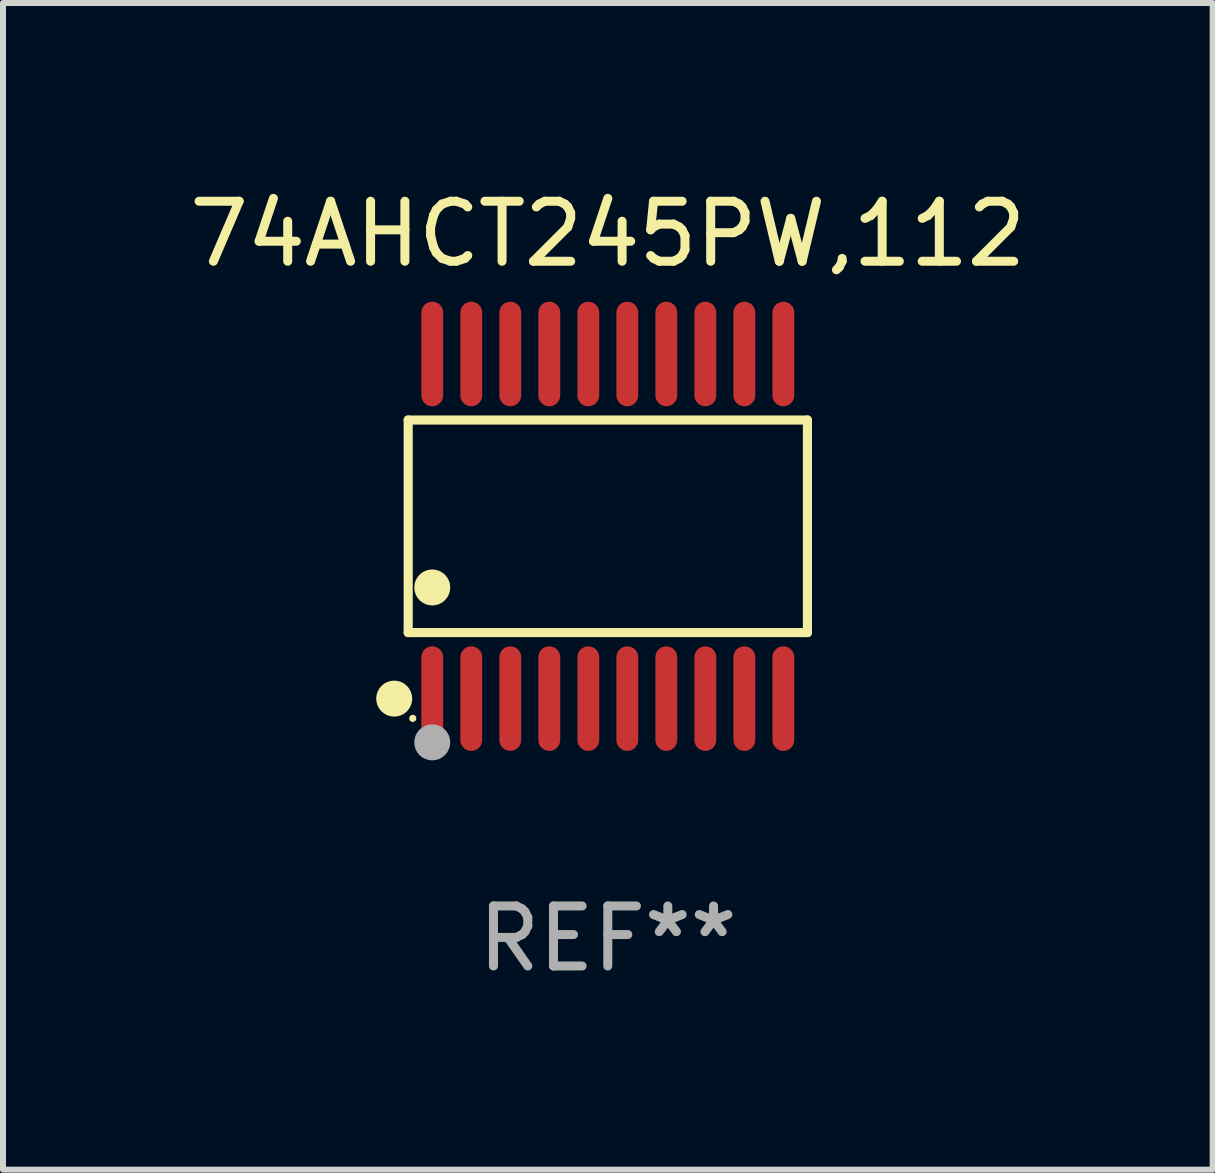
<source format=kicad_pcb>
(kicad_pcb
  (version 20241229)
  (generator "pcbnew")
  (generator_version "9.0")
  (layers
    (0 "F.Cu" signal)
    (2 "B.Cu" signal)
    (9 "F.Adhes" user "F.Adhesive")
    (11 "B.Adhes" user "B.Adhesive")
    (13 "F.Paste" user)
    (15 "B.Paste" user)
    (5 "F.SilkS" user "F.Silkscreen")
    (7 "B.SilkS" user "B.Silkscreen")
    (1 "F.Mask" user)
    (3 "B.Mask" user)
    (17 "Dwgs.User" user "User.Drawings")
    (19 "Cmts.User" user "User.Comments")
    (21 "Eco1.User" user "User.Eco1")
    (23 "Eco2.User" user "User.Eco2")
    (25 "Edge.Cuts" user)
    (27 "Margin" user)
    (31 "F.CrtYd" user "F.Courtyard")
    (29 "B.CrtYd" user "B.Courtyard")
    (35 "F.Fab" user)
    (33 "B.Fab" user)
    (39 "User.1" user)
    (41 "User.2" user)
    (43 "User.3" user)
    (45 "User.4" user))
  (footprint "74AHCT245PW,112"
    (layer "F.Cu")
    (at 7.077 5.719)
    (property "Reference" "74AHCT245PW,112" (at 0 -4.871 0) (layer "F.SilkS") (effects (font (size 1 1) (thickness 0.15))))
    (attr through_hole)
    (fp_line (start -3.326 -1.771) (end 3.326 -1.771) (stroke (width 0.152) (type solid)) (layer "F.SilkS"))
    (fp_line (start -3.326 1.771) (end -3.326 -1.771) (stroke (width 0.152) (type solid)) (layer "F.SilkS"))
    (fp_line (start 3.326 -1.771) (end 3.326 1.771) (stroke (width 0.152) (type solid)) (layer "F.SilkS"))
    (fp_line (start 3.326 1.771) (end -3.326 1.771) (stroke (width 0.152) (type solid)) (layer "F.SilkS"))
    (fp_circle (center -3.559 2.871) (end -3.409 2.871) (stroke (width 0.3) (type solid)) (fill no) (layer "F.SilkS"))
    (fp_circle (center -3.25 3.2) (end -3.22 3.2) (stroke (width 0.06) (type solid)) (fill no) (layer "F.SilkS"))
    (fp_circle (center -2.925 1.019) (end -2.775 1.019) (stroke (width 0.3) (type solid)) (fill no) (layer "F.SilkS"))
    (fp_circle (center -2.925 3.6) (end -2.775 3.6) (stroke (width 0.3) (type solid)) (fill no) (layer "F.Fab"))
    (fp_text user "REF**" (at 0 6.871 0) (layer "F.Fab") (effects (font (size 1 1) (thickness 0.15))))
    (pad "1" smd oval (at -2.925 2.871) (size 0.364 1.742) (layers "F.Cu" "F.Mask" "F.Paste"))
    (pad "2" smd oval (at -2.275 2.871) (size 0.364 1.742) (layers "F.Cu" "F.Mask" "F.Paste"))
    (pad "3" smd oval (at -1.625 2.871) (size 0.364 1.742) (layers "F.Cu" "F.Mask" "F.Paste"))
    (pad "4" smd oval (at -0.975 2.871) (size 0.364 1.742) (layers "F.Cu" "F.Mask" "F.Paste"))
    (pad "5" smd oval (at -0.325 2.871) (size 0.364 1.742) (layers "F.Cu" "F.Mask" "F.Paste"))
    (pad "6" smd oval (at 0.325 2.871) (size 0.364 1.742) (layers "F.Cu" "F.Mask" "F.Paste"))
    (pad "7" smd oval (at 0.975 2.871) (size 0.364 1.742) (layers "F.Cu" "F.Mask" "F.Paste"))
    (pad "8" smd oval (at 1.625 2.871) (size 0.364 1.742) (layers "F.Cu" "F.Mask" "F.Paste"))
    (pad "9" smd oval (at 2.275 2.871) (size 0.364 1.742) (layers "F.Cu" "F.Mask" "F.Paste"))
    (pad "10" smd oval (at 2.925 2.871) (size 0.364 1.742) (layers "F.Cu" "F.Mask" "F.Paste"))
    (pad "11" smd oval (at 2.925 -2.871) (size 0.364 1.742) (layers "F.Cu" "F.Mask" "F.Paste"))
    (pad "12" smd oval (at 2.275 -2.871) (size 0.364 1.742) (layers "F.Cu" "F.Mask" "F.Paste"))
    (pad "13" smd oval (at 1.625 -2.871) (size 0.364 1.742) (layers "F.Cu" "F.Mask" "F.Paste"))
    (pad "14" smd oval (at 0.975 -2.871) (size 0.364 1.742) (layers "F.Cu" "F.Mask" "F.Paste"))
    (pad "15" smd oval (at 0.325 -2.871) (size 0.364 1.742) (layers "F.Cu" "F.Mask" "F.Paste"))
    (pad "16" smd oval (at -0.325 -2.871) (size 0.364 1.742) (layers "F.Cu" "F.Mask" "F.Paste"))
    (pad "17" smd oval (at -0.975 -2.871) (size 0.364 1.742) (layers "F.Cu" "F.Mask" "F.Paste"))
    (pad "18" smd oval (at -1.625 -2.871) (size 0.364 1.742) (layers "F.Cu" "F.Mask" "F.Paste"))
    (pad "19" smd oval (at -2.275 -2.871) (size 0.364 1.742) (layers "F.Cu" "F.Mask" "F.Paste"))
    (pad "20" smd oval (at -2.925 -2.871) (size 0.364 1.742) (layers "F.Cu" "F.Mask" "F.Paste")))
  (gr_rect
    (start -3 -3)
    (end 17.155 16.438)
    (stroke (width 0.1) (type default))
    (fill no)
    (layer "Edge.Cuts")))
</source>
